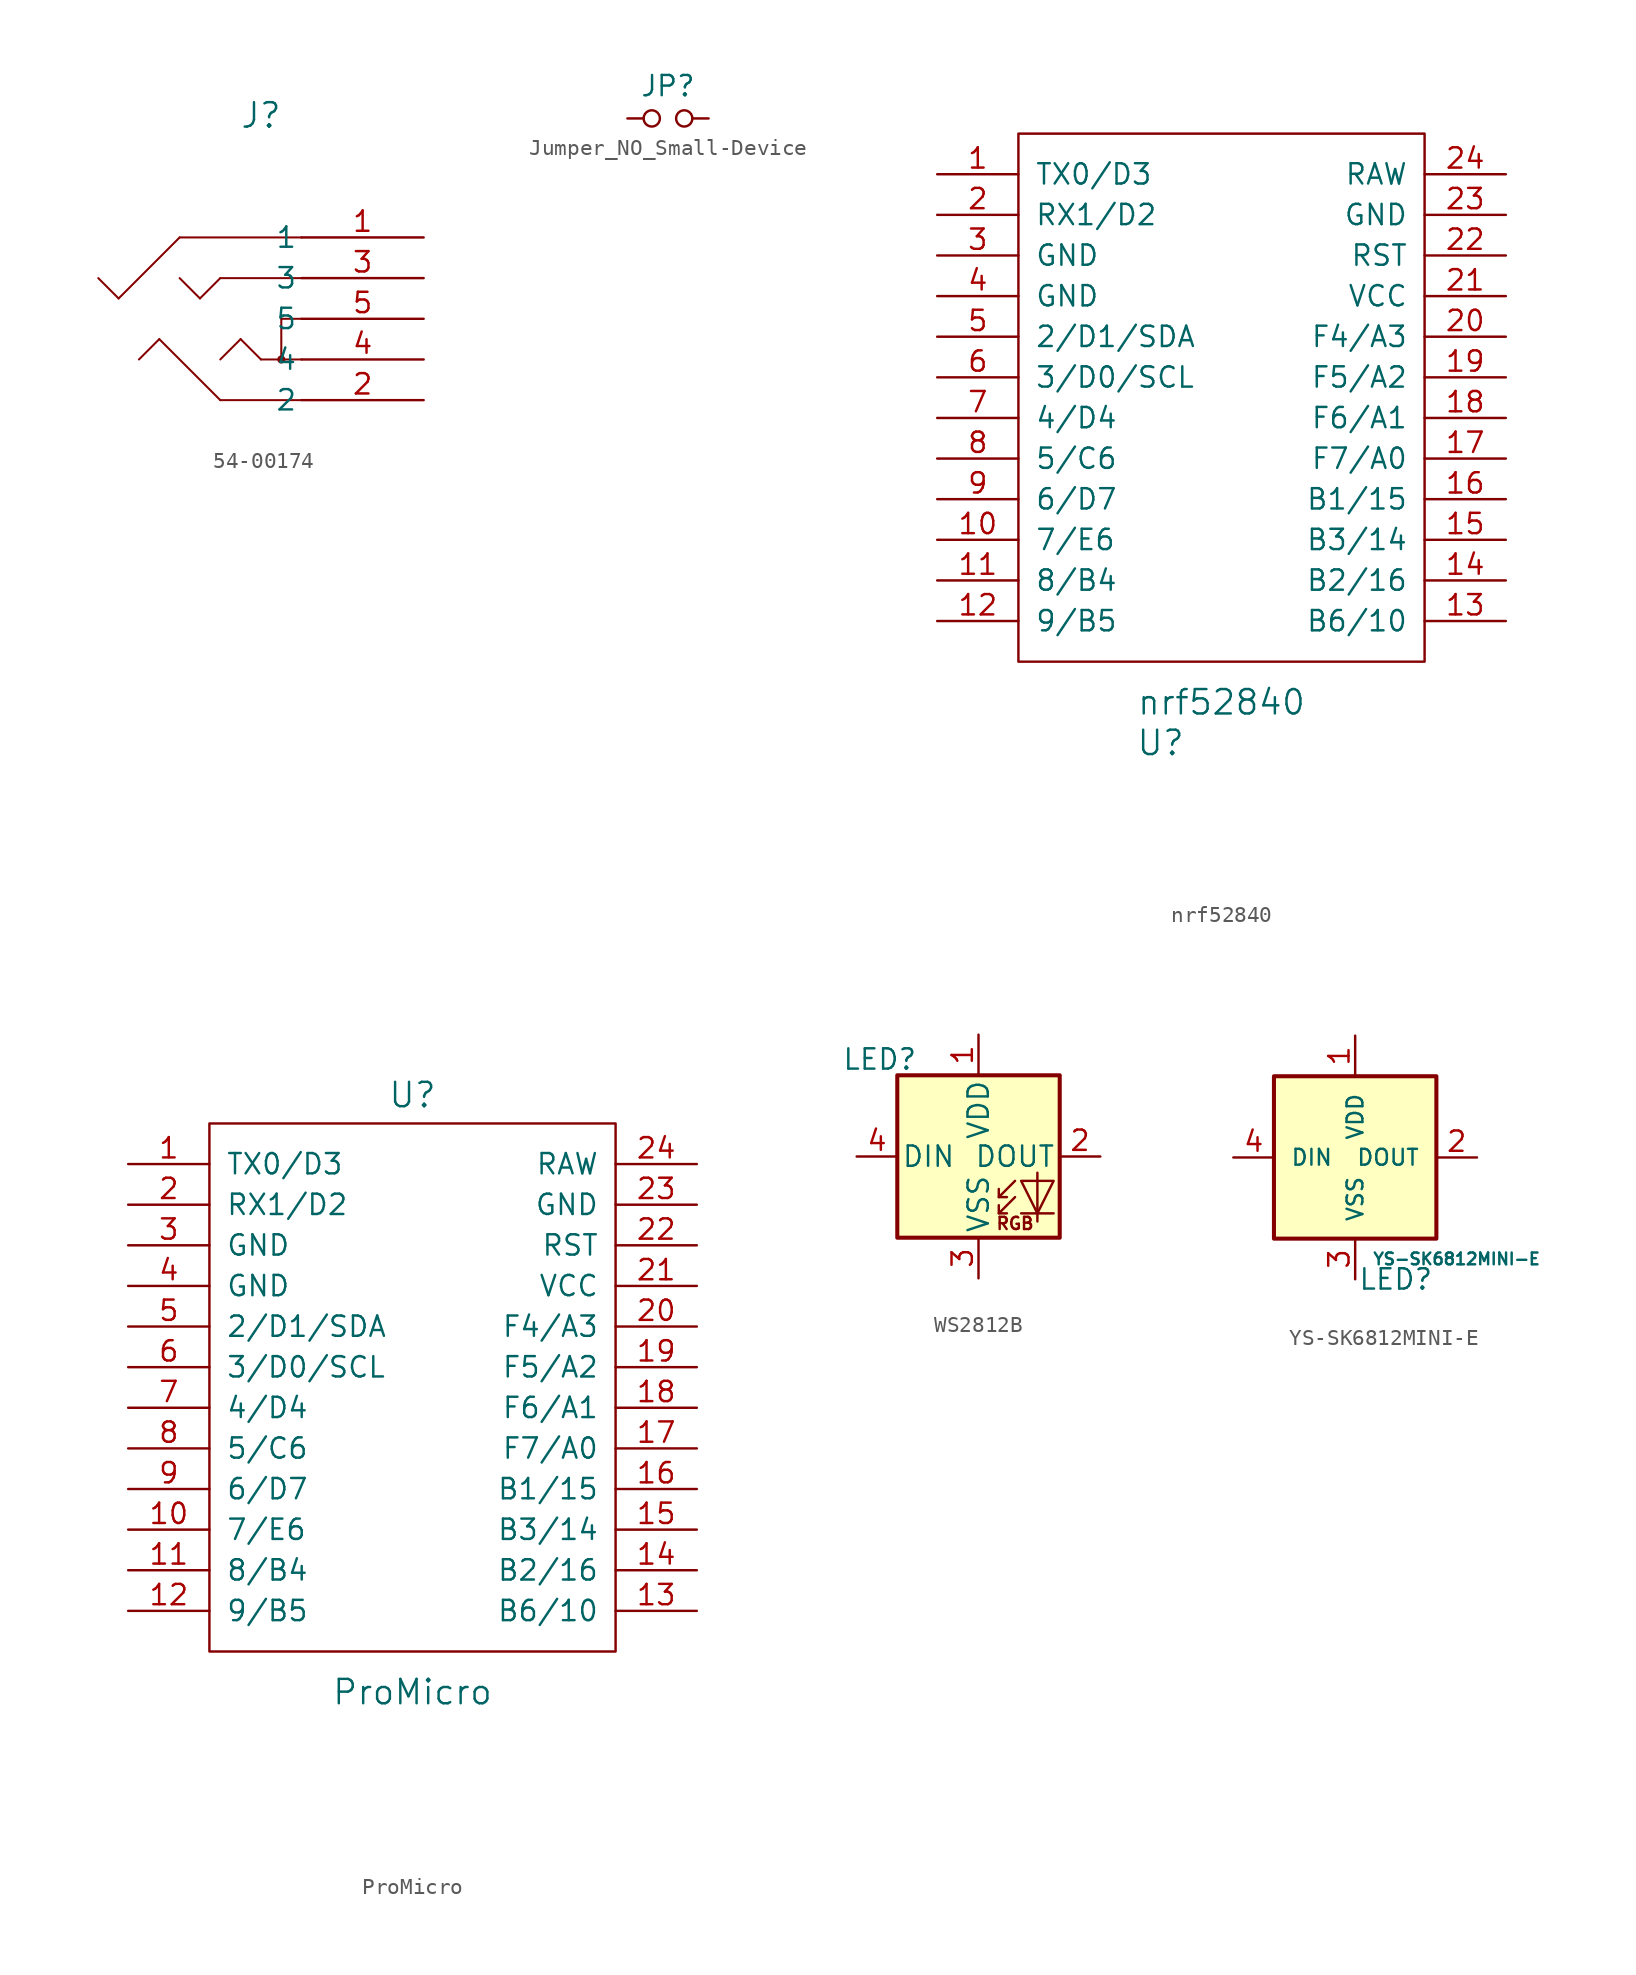
<source format=kicad_sym>
(kicad_symbol_lib
  (version 20220914)
  (generator kicad_symbol_editor)
  (symbol "54-00174"
    (pin_names
      (offset 0.254))
    (property "Reference" "J"
      (at -10.16 7.62 0)
      (effects (font (size 1.524 1.524))))
    (symbol "54-00174_0_1"
      (circle (center -8.89 -7.62) (radius 0.127) (stroke (width 0.254) (type default)) (fill (type none)))
      (polyline (pts (xy -20.32 -2.54) (xy -19.05 -3.81)) (stroke (width 0.127) (type default)) (fill (type none)))
      (polyline (pts (xy -19.05 -3.81) (xy -15.24 0)) (stroke (width 0.127) (type default)) (fill (type none)))
      (polyline (pts (xy -16.51 -6.35) (xy -17.78 -7.62)) (stroke (width 0.127) (type default)) (fill (type none)))
      (polyline (pts (xy -15.24 0) (xy -7.62 0)) (stroke (width 0.127) (type default)) (fill (type none)))
      (polyline (pts (xy -13.97 -3.81) (xy -15.24 -2.54)) (stroke (width 0.127) (type default)) (fill (type none)))
      (polyline (pts (xy -13.97 -3.81) (xy -12.7 -2.54)) (stroke (width 0.127) (type default)) (fill (type none)))
      (polyline (pts (xy -12.7 -10.16) (xy -16.51 -6.35)) (stroke (width 0.127) (type default)) (fill (type none)))
      (polyline (pts (xy -11.43 -6.35) (xy -12.7 -7.62)) (stroke (width 0.127) (type default)) (fill (type none)))
      (polyline (pts (xy -10.16 -7.62) (xy -11.43 -6.35)) (stroke (width 0.127) (type default)) (fill (type none)))
      (polyline (pts (xy -8.89 -5.08) (xy -8.89 -7.62)) (stroke (width 0.127) (type default)) (fill (type none)))
      (polyline (pts (xy -7.62 -10.16) (xy -12.7 -10.16)) (stroke (width 0.127) (type default)) (fill (type none)))
      (polyline (pts (xy -7.62 -7.62) (xy -10.16 -7.62)) (stroke (width 0.127) (type default)) (fill (type none)))
      (polyline (pts (xy -7.62 -5.08) (xy -8.89 -5.08)) (stroke (width 0.127) (type default)) (fill (type none)))
      (polyline (pts (xy -7.62 -2.54) (xy -12.7 -2.54)) (stroke (width 0.127) (type default)) (fill (type none)))
      (pin unspecified line (at 0 0 180) (length 7.62) (name "1" (effects (font (size 1.27 1.27)))) (number "1" (effects (font (size 1.27 1.27)))))
      (pin unspecified line (at 0 -10.16 180) (length 7.62) (name "2" (effects (font (size 1.27 1.27)))) (number "2" (effects (font (size 1.27 1.27)))))
      (pin unspecified line (at 0 -2.54 180) (length 7.62) (name "3" (effects (font (size 1.27 1.27)))) (number "3" (effects (font (size 1.27 1.27)))))
      (pin unspecified line (at 0 -7.62 180) (length 7.62) (name "4" (effects (font (size 1.27 1.27)))) (number "4" (effects (font (size 1.27 1.27)))))
      (pin unspecified line (at 0 -5.08 180) (length 7.62) (name "5" (effects (font (size 1.27 1.27)))) (number "5" (effects (font (size 1.27 1.27)))))))
  (symbol "Jumper_NO_Small-Device"
    (pin_numbers hide)
    (pin_names
      (offset 0.762) hide)
    (property "Reference" "JP"
      (at 0 2.032 0)
      (effects (font (size 1.27 1.27))))
    (symbol "Jumper_NO_Small-Device_0_1"
      (circle (center -1.016 0) (radius 0.508) (stroke (width 0) (type solid)) (fill (type none)))
      (circle (center 1.016 0) (radius 0.508) (stroke (width 0) (type solid)) (fill (type none)))
      (pin passive line (at -2.54 0 0) (length 1.016) (name "1" (effects (font (size 1.27 1.27)))) (number "1" (effects (font (size 1.27 1.27)))))
      (pin passive line (at 2.54 0 180) (length 1.016) (name "2" (effects (font (size 1.27 1.27)))) (number "2" (effects (font (size 1.27 1.27)))))))
  (symbol "nrf52840"
    (pin_names
      (offset 1.016))
    (property "Reference" "U"
      (at -3.81 -21.59 0)
      (effects (font (size 1.524 1.524))))
    (property "Value" "nrf52840"
      (at 0 -19.05 0)
      (effects (font (size 1.524 1.524))))
    (property "Footprint" ""
      (at 2.54 -26.67 0)
      (effects (font (size 1.524 1.524))))
    (property "Datasheet" ""
      (at 2.54 -26.67 0)
      (effects (font (size 1.524 1.524))))
    (symbol "nrf52840_0_1"
      (rectangle (start -12.7 16.51) (end 12.7 -16.51) (stroke (width 0) (type solid)) (fill (type none))))
    (symbol "nrf52840_1_1"
      (pin bidirectional line (at -17.78 13.97 0) (length 5.08) (name "TX0/D3" (effects (font (size 1.27 1.27)))) (number "1" (effects (font (size 1.27 1.27)))))
      (pin bidirectional line (at -17.78 -8.89 0) (length 5.08) (name "7/E6" (effects (font (size 1.27 1.27)))) (number "10" (effects (font (size 1.27 1.27)))))
      (pin bidirectional line (at -17.78 -11.43 0) (length 5.08) (name "8/B4" (effects (font (size 1.27 1.27)))) (number "11" (effects (font (size 1.27 1.27)))))
      (pin bidirectional line (at -17.78 -13.97 0) (length 5.08) (name "9/B5" (effects (font (size 1.27 1.27)))) (number "12" (effects (font (size 1.27 1.27)))))
      (pin bidirectional line (at 17.78 -13.97 180) (length 5.08) (name "B6/10" (effects (font (size 1.27 1.27)))) (number "13" (effects (font (size 1.27 1.27)))))
      (pin bidirectional line (at 17.78 -11.43 180) (length 5.08) (name "B2/16" (effects (font (size 1.27 1.27)))) (number "14" (effects (font (size 1.27 1.27)))))
      (pin bidirectional line (at 17.78 -8.89 180) (length 5.08) (name "B3/14" (effects (font (size 1.27 1.27)))) (number "15" (effects (font (size 1.27 1.27)))))
      (pin bidirectional line (at 17.78 -6.35 180) (length 5.08) (name "B1/15" (effects (font (size 1.27 1.27)))) (number "16" (effects (font (size 1.27 1.27)))))
      (pin bidirectional line (at 17.78 -3.81 180) (length 5.08) (name "F7/A0" (effects (font (size 1.27 1.27)))) (number "17" (effects (font (size 1.27 1.27)))))
      (pin bidirectional line (at 17.78 -1.27 180) (length 5.08) (name "F6/A1" (effects (font (size 1.27 1.27)))) (number "18" (effects (font (size 1.27 1.27)))))
      (pin bidirectional line (at 17.78 1.27 180) (length 5.08) (name "F5/A2" (effects (font (size 1.27 1.27)))) (number "19" (effects (font (size 1.27 1.27)))))
      (pin bidirectional line (at -17.78 11.43 0) (length 5.08) (name "RX1/D2" (effects (font (size 1.27 1.27)))) (number "2" (effects (font (size 1.27 1.27)))))
      (pin bidirectional line (at 17.78 3.81 180) (length 5.08) (name "F4/A3" (effects (font (size 1.27 1.27)))) (number "20" (effects (font (size 1.27 1.27)))))
      (pin power_in line (at 17.78 6.35 180) (length 5.08) (name "VCC" (effects (font (size 1.27 1.27)))) (number "21" (effects (font (size 1.27 1.27)))))
      (pin input line (at 17.78 8.89 180) (length 5.08) (name "RST" (effects (font (size 1.27 1.27)))) (number "22" (effects (font (size 1.27 1.27)))))
      (pin power_in line (at 17.78 11.43 180) (length 5.08) (name "GND" (effects (font (size 1.27 1.27)))) (number "23" (effects (font (size 1.27 1.27)))))
      (pin power_out line (at 17.78 13.97 180) (length 5.08) (name "RAW" (effects (font (size 1.27 1.27)))) (number "24" (effects (font (size 1.27 1.27)))))
      (pin power_in line (at -17.78 8.89 0) (length 5.08) (name "GND" (effects (font (size 1.27 1.27)))) (number "3" (effects (font (size 1.27 1.27)))))
      (pin power_in line (at -17.78 6.35 0) (length 5.08) (name "GND" (effects (font (size 1.27 1.27)))) (number "4" (effects (font (size 1.27 1.27)))))
      (pin bidirectional line (at -17.78 3.81 0) (length 5.08) (name "2/D1/SDA" (effects (font (size 1.27 1.27)))) (number "5" (effects (font (size 1.27 1.27)))))
      (pin bidirectional line (at -17.78 1.27 0) (length 5.08) (name "3/D0/SCL" (effects (font (size 1.27 1.27)))) (number "6" (effects (font (size 1.27 1.27)))))
      (pin bidirectional line (at -17.78 -1.27 0) (length 5.08) (name "4/D4" (effects (font (size 1.27 1.27)))) (number "7" (effects (font (size 1.27 1.27)))))
      (pin bidirectional line (at -17.78 -3.81 0) (length 5.08) (name "5/C6" (effects (font (size 1.27 1.27)))) (number "8" (effects (font (size 1.27 1.27)))))
      (pin bidirectional line (at -17.78 -6.35 0) (length 5.08) (name "6/D7" (effects (font (size 1.27 1.27)))) (number "9" (effects (font (size 1.27 1.27)))))))
  (symbol "ProMicro"
    (pin_names
      (offset 1.016))
    (property "Reference" "U"
      (at -0.254 17.018 0)
      (effects (font (size 1.524 1.524))))
    (property "Value" "ProMicro"
      (at -0.254 -20.32 0)
      (effects (font (size 1.524 1.524))))
    (property "Footprint" ""
      (at 2.54 -26.67 0)
      (effects (font (size 1.524 1.524))))
    (property "Datasheet" ""
      (at 2.54 -26.67 0)
      (effects (font (size 1.524 1.524))))
    (symbol "ProMicro_0_1"
      (rectangle (start -12.954 15.24) (end 12.446 -17.78) (stroke (width 0) (type solid)) (fill (type none))))
    (symbol "ProMicro_1_1"
      (pin bidirectional line (at -18.034 12.7 0) (length 5.08) (name "TX0/D3" (effects (font (size 1.27 1.27)))) (number "1" (effects (font (size 1.27 1.27)))))
      (pin bidirectional line (at -18.034 -10.16 0) (length 5.08) (name "7/E6" (effects (font (size 1.27 1.27)))) (number "10" (effects (font (size 1.27 1.27)))))
      (pin bidirectional line (at -18.034 -12.7 0) (length 5.08) (name "8/B4" (effects (font (size 1.27 1.27)))) (number "11" (effects (font (size 1.27 1.27)))))
      (pin bidirectional line (at -18.034 -15.24 0) (length 5.08) (name "9/B5" (effects (font (size 1.27 1.27)))) (number "12" (effects (font (size 1.27 1.27)))))
      (pin bidirectional line (at 17.526 -15.24 180) (length 5.08) (name "B6/10" (effects (font (size 1.27 1.27)))) (number "13" (effects (font (size 1.27 1.27)))))
      (pin bidirectional line (at 17.526 -12.7 180) (length 5.08) (name "B2/16" (effects (font (size 1.27 1.27)))) (number "14" (effects (font (size 1.27 1.27)))))
      (pin bidirectional line (at 17.526 -10.16 180) (length 5.08) (name "B3/14" (effects (font (size 1.27 1.27)))) (number "15" (effects (font (size 1.27 1.27)))))
      (pin bidirectional line (at 17.526 -7.62 180) (length 5.08) (name "B1/15" (effects (font (size 1.27 1.27)))) (number "16" (effects (font (size 1.27 1.27)))))
      (pin bidirectional line (at 17.526 -5.08 180) (length 5.08) (name "F7/A0" (effects (font (size 1.27 1.27)))) (number "17" (effects (font (size 1.27 1.27)))))
      (pin bidirectional line (at 17.526 -2.54 180) (length 5.08) (name "F6/A1" (effects (font (size 1.27 1.27)))) (number "18" (effects (font (size 1.27 1.27)))))
      (pin bidirectional line (at 17.526 0 180) (length 5.08) (name "F5/A2" (effects (font (size 1.27 1.27)))) (number "19" (effects (font (size 1.27 1.27)))))
      (pin bidirectional line (at -18.034 10.16 0) (length 5.08) (name "RX1/D2" (effects (font (size 1.27 1.27)))) (number "2" (effects (font (size 1.27 1.27)))))
      (pin bidirectional line (at 17.526 2.54 180) (length 5.08) (name "F4/A3" (effects (font (size 1.27 1.27)))) (number "20" (effects (font (size 1.27 1.27)))))
      (pin power_in line (at 17.526 5.08 180) (length 5.08) (name "VCC" (effects (font (size 1.27 1.27)))) (number "21" (effects (font (size 1.27 1.27)))))
      (pin input line (at 17.526 7.62 180) (length 5.08) (name "RST" (effects (font (size 1.27 1.27)))) (number "22" (effects (font (size 1.27 1.27)))))
      (pin power_in line (at 17.526 10.16 180) (length 5.08) (name "GND" (effects (font (size 1.27 1.27)))) (number "23" (effects (font (size 1.27 1.27)))))
      (pin power_out line (at 17.526 12.7 180) (length 5.08) (name "RAW" (effects (font (size 1.27 1.27)))) (number "24" (effects (font (size 1.27 1.27)))))
      (pin power_in line (at -18.034 7.62 0) (length 5.08) (name "GND" (effects (font (size 1.27 1.27)))) (number "3" (effects (font (size 1.27 1.27)))))
      (pin power_in line (at -18.034 5.08 0) (length 5.08) (name "GND" (effects (font (size 1.27 1.27)))) (number "4" (effects (font (size 1.27 1.27)))))
      (pin bidirectional line (at -18.034 2.54 0) (length 5.08) (name "2/D1/SDA" (effects (font (size 1.27 1.27)))) (number "5" (effects (font (size 1.27 1.27)))))
      (pin bidirectional line (at -18.034 0 0) (length 5.08) (name "3/D0/SCL" (effects (font (size 1.27 1.27)))) (number "6" (effects (font (size 1.27 1.27)))))
      (pin bidirectional line (at -18.034 -2.54 0) (length 5.08) (name "4/D4" (effects (font (size 1.27 1.27)))) (number "7" (effects (font (size 1.27 1.27)))))
      (pin bidirectional line (at -18.034 -5.08 0) (length 5.08) (name "5/C6" (effects (font (size 1.27 1.27)))) (number "8" (effects (font (size 1.27 1.27)))))
      (pin bidirectional line (at -18.034 -7.62 0) (length 5.08) (name "6/D7" (effects (font (size 1.27 1.27)))) (number "9" (effects (font (size 1.27 1.27)))))))
  (symbol "WS2812B"
    (pin_names
      (offset 0.254))
    (property "Reference" "LED"
      (at -3.81 5.334 0)
      (effects (font (size 1.27 1.27)) (justify right bottom)))
    (symbol "WS2812B_0_0"
      (text "RGB" (at 2.286 -4.191 0) (effects (font (size 0.762 0.762)))))
    (symbol "WS2812B_0_1"
      (polyline (pts (xy 1.27 -3.556) (xy 1.778 -3.556)) (stroke (width 0) (type default)) (fill (type none)))
      (polyline (pts (xy 1.27 -2.54) (xy 1.778 -2.54)) (stroke (width 0) (type default)) (fill (type none)))
      (polyline (pts (xy 4.699 -3.556) (xy 2.667 -3.556)) (stroke (width 0) (type default)) (fill (type none)))
      (polyline (pts (xy 2.286 -2.54) (xy 1.27 -3.556) (xy 1.27 -3.048)) (stroke (width 0) (type default)) (fill (type none)))
      (polyline (pts (xy 2.286 -1.524) (xy 1.27 -2.54) (xy 1.27 -2.032)) (stroke (width 0) (type default)) (fill (type none)))
      (polyline (pts (xy 3.683 -1.016) (xy 3.683 -3.556) (xy 3.683 -4.064)) (stroke (width 0) (type default)) (fill (type none)))
      (polyline (pts (xy 4.699 -1.524) (xy 2.667 -1.524) (xy 3.683 -3.556) (xy 4.699 -1.524)) (stroke (width 0) (type default)) (fill (type none))))
    (symbol "WS2812B_1_1"
      (rectangle (start -5.08 5.08) (end 5.08 -5.08) (stroke (width 0.254) (type default)) (fill (type background)))
      (pin power_in line (at 0 7.62 270) (length 2.54) (name "VDD" (effects (font (size 1.27 1.27)))) (number "1" (effects (font (size 1.27 1.27)))))
      (pin output line (at 7.62 0 180) (length 2.54) (name "DOUT" (effects (font (size 1.27 1.27)))) (number "2" (effects (font (size 1.27 1.27)))))
      (pin power_in line (at 0 -7.62 90) (length 2.54) (name "VSS" (effects (font (size 1.27 1.27)))) (number "3" (effects (font (size 1.27 1.27)))))
      (pin input line (at -7.62 0 0) (length 2.54) (name "DIN" (effects (font (size 1.27 1.27)))) (number "4" (effects (font (size 1.27 1.27)))))))
  (symbol "YS-SK6812MINI-E"
    (pin_names
      (offset 1.016))
    (property "Reference" "LED"
      (at 2.54 -7.62 0)
      (effects (font (size 1.27 1.27))))
    (property "Value" "YS-SK6812MINI-E"
      (at 6.35 -6.35 0)
      (effects (font (size 0.737 0.737))))
    (symbol "YS-SK6812MINI-E_0_1"
      (rectangle (start -5.08 5.08) (end 5.08 -5.08) (stroke (width 0.254) (type solid)) (fill (type background))))
    (symbol "YS-SK6812MINI-E_1_1"
      (pin power_in line (at 0 7.62 270) (length 2.54) (name "VDD" (effects (font (size 0.991 0.991)))) (number "1" (effects (font (size 1.27 1.27)))))
      (pin output line (at 7.62 0 180) (length 2.54) (name "DOUT" (effects (font (size 0.991 0.991)))) (number "2" (effects (font (size 1.27 1.27)))))
      (pin power_in line (at 0 -7.62 90) (length 2.54) (name "VSS" (effects (font (size 0.991 0.991)))) (number "3" (effects (font (size 1.27 1.27)))))
      (pin input line (at -7.62 0 0) (length 2.54) (name "DIN" (effects (font (size 0.991 0.991)))) (number "4" (effects (font (size 1.27 1.27))))))))
</source>
